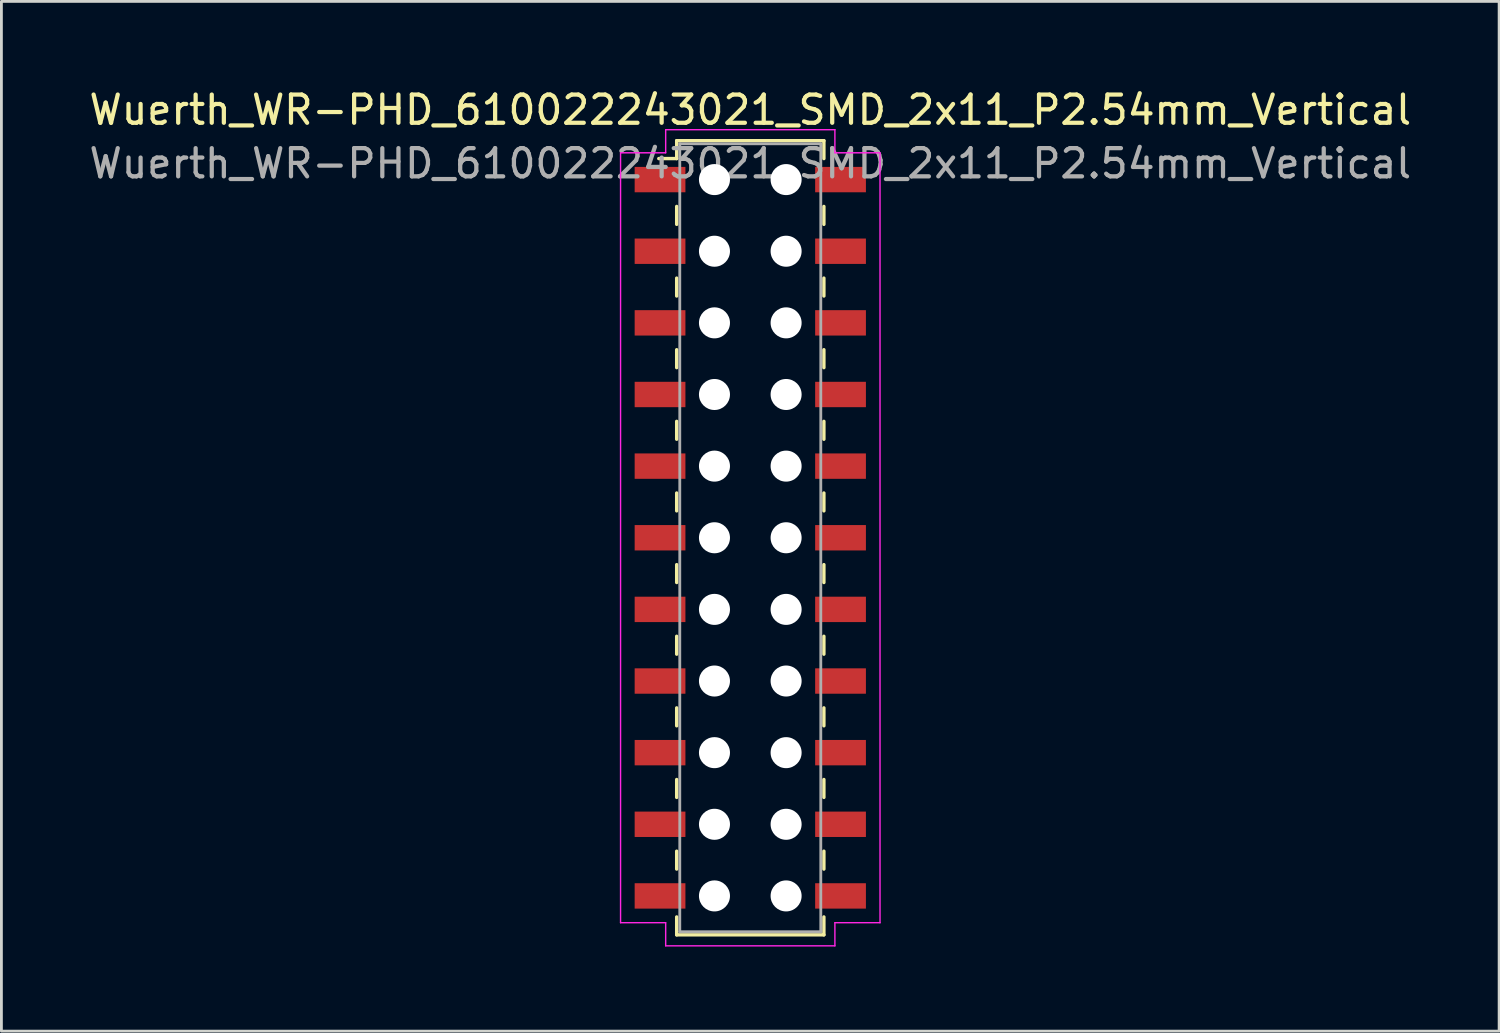
<source format=kicad_pcb>
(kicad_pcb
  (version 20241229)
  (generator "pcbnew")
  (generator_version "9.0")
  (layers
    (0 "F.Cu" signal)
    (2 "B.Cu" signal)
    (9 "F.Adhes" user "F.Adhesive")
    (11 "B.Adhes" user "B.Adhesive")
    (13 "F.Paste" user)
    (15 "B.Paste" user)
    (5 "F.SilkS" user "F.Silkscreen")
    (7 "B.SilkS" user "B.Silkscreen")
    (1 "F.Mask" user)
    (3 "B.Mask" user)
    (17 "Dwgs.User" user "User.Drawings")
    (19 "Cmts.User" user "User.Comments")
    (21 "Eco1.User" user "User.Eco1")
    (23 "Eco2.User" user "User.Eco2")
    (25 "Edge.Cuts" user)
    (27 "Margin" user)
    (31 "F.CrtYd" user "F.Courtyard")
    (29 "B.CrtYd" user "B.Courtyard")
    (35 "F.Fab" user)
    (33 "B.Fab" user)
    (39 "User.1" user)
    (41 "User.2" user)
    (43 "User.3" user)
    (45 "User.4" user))
  (footprint "Wuerth_WR-PHD_610022243021_SMD_2x11_P2.54mm_Vertical"
    (layer "F.Cu")
    (at 23.554 16.018)
    (property "Reference" "Wuerth_WR-PHD_610022243021_SMD_2x11_P2.54mm_Vertical" (at 0 -15.17 0) (layer "F.SilkS") (effects (font (size 1 1) (thickness 0.15))))
    (attr smd)
    (fp_line (start -2.61 -14.08) (end -2.61 -13.445) (stroke (width 0.12) (type solid)) (layer "F.SilkS"))
    (fp_line (start -2.61 -14.08) (end 2.61 -14.08) (stroke (width 0.12) (type solid)) (layer "F.SilkS"))
    (fp_line (start -2.61 -13.445) (end -3.245 -13.445) (stroke (width 0.12) (type solid)) (layer "F.SilkS"))
    (fp_line (start -2.61 -11.748) (end -2.61 -11.113) (stroke (width 0.12) (type solid)) (layer "F.SilkS"))
    (fp_line (start -2.61 -9.207) (end -2.61 -8.572) (stroke (width 0.12) (type solid)) (layer "F.SilkS"))
    (fp_line (start -2.61 -6.668) (end -2.61 -6.032) (stroke (width 0.12) (type solid)) (layer "F.SilkS"))
    (fp_line (start -2.61 -4.128) (end -2.61 -3.493) (stroke (width 0.12) (type solid)) (layer "F.SilkS"))
    (fp_line (start -2.61 -1.587) (end -2.61 -0.953) (stroke (width 0.12) (type solid)) (layer "F.SilkS"))
    (fp_line (start -2.61 0.953) (end -2.61 1.587) (stroke (width 0.12) (type solid)) (layer "F.SilkS"))
    (fp_line (start -2.61 3.493) (end -2.61 4.128) (stroke (width 0.12) (type solid)) (layer "F.SilkS"))
    (fp_line (start -2.61 6.032) (end -2.61 6.668) (stroke (width 0.12) (type solid)) (layer "F.SilkS"))
    (fp_line (start -2.61 8.572) (end -2.61 9.207) (stroke (width 0.12) (type solid)) (layer "F.SilkS"))
    (fp_line (start -2.61 11.113) (end -2.61 11.748) (stroke (width 0.12) (type solid)) (layer "F.SilkS"))
    (fp_line (start -2.61 14.08) (end -2.61 13.445) (stroke (width 0.12) (type solid)) (layer "F.SilkS"))
    (fp_line (start -2.61 14.08) (end 2.61 14.08) (stroke (width 0.12) (type solid)) (layer "F.SilkS"))
    (fp_line (start 2.61 -14.08) (end 2.61 -13.445) (stroke (width 0.12) (type solid)) (layer "F.SilkS"))
    (fp_line (start 2.61 -11.748) (end 2.61 -11.113) (stroke (width 0.12) (type solid)) (layer "F.SilkS"))
    (fp_line (start 2.61 -9.207) (end 2.61 -8.572) (stroke (width 0.12) (type solid)) (layer "F.SilkS"))
    (fp_line (start 2.61 -6.668) (end 2.61 -6.032) (stroke (width 0.12) (type solid)) (layer "F.SilkS"))
    (fp_line (start 2.61 -4.128) (end 2.61 -3.493) (stroke (width 0.12) (type solid)) (layer "F.SilkS"))
    (fp_line (start 2.61 -1.587) (end 2.61 -0.953) (stroke (width 0.12) (type solid)) (layer "F.SilkS"))
    (fp_line (start 2.61 0.953) (end 2.61 1.587) (stroke (width 0.12) (type solid)) (layer "F.SilkS"))
    (fp_line (start 2.61 3.493) (end 2.61 4.128) (stroke (width 0.12) (type solid)) (layer "F.SilkS"))
    (fp_line (start 2.61 6.032) (end 2.61 6.668) (stroke (width 0.12) (type solid)) (layer "F.SilkS"))
    (fp_line (start 2.61 8.572) (end 2.61 9.207) (stroke (width 0.12) (type solid)) (layer "F.SilkS"))
    (fp_line (start 2.61 11.113) (end 2.61 11.748) (stroke (width 0.12) (type solid)) (layer "F.SilkS"))
    (fp_line (start 2.61 14.08) (end 2.61 13.445) (stroke (width 0.12) (type solid)) (layer "F.SilkS"))
    (fp_line (start -4.6 -13.65) (end -3 -13.65) (stroke (width 0.05) (type solid)) (layer "F.CrtYd"))
    (fp_line (start -4.6 13.65) (end -4.6 -13.65) (stroke (width 0.05) (type solid)) (layer "F.CrtYd"))
    (fp_line (start -3 -14.47) (end 3 -14.47) (stroke (width 0.05) (type solid)) (layer "F.CrtYd"))
    (fp_line (start -3 -13.65) (end -3 -14.47) (stroke (width 0.05) (type solid)) (layer "F.CrtYd"))
    (fp_line (start -3 13.65) (end -4.6 13.65) (stroke (width 0.05) (type solid)) (layer "F.CrtYd"))
    (fp_line (start -3 14.47) (end -3 13.65) (stroke (width 0.05) (type solid)) (layer "F.CrtYd"))
    (fp_line (start 3 -14.47) (end 3 -13.65) (stroke (width 0.05) (type solid)) (layer "F.CrtYd"))
    (fp_line (start 3 -13.65) (end 4.6 -13.65) (stroke (width 0.05) (type solid)) (layer "F.CrtYd"))
    (fp_line (start 3 13.65) (end 3 14.47) (stroke (width 0.05) (type solid)) (layer "F.CrtYd"))
    (fp_line (start 3 14.47) (end -3 14.47) (stroke (width 0.05) (type solid)) (layer "F.CrtYd"))
    (fp_line (start 4.6 -13.65) (end 4.6 13.65) (stroke (width 0.05) (type solid)) (layer "F.CrtYd"))
    (fp_line (start 4.6 13.65) (end 3 13.65) (stroke (width 0.05) (type solid)) (layer "F.CrtYd"))
    (fp_line (start -2.5 -13.97) (end -2.5 13.97) (stroke (width 0.1) (type solid)) (layer "F.Fab"))
    (fp_line (start -2.5 13.97) (end 2.5 13.97) (stroke (width 0.1) (type solid)) (layer "F.Fab"))
    (fp_line (start 2.5 -13.97) (end -2.5 -13.97) (stroke (width 0.1) (type solid)) (layer "F.Fab"))
    (fp_line (start 2.5 13.97) (end 2.5 -13.97) (stroke (width 0.1) (type solid)) (layer "F.Fab"))
    (fp_text user "${REFERENCE}" (at 0 -13.27 0) (layer "F.Fab") (effects (font (size 1 1) (thickness 0.15))))
    (pad "" np_thru_hole circle (at -1.27 -12.7) (size 1.1 1.1) (drill 1.1) (layers "*.Cu" "*.Mask"))
    (pad "" np_thru_hole circle (at -1.27 -10.16) (size 1.1 1.1) (drill 1.1) (layers "*.Cu" "*.Mask"))
    (pad "" np_thru_hole circle (at -1.27 -7.62) (size 1.1 1.1) (drill 1.1) (layers "*.Cu" "*.Mask"))
    (pad "" np_thru_hole circle (at -1.27 -5.08) (size 1.1 1.1) (drill 1.1) (layers "*.Cu" "*.Mask"))
    (pad "" np_thru_hole circle (at -1.27 -2.54) (size 1.1 1.1) (drill 1.1) (layers "*.Cu" "*.Mask"))
    (pad "" np_thru_hole circle (at -1.27 0) (size 1.1 1.1) (drill 1.1) (layers "*.Cu" "*.Mask"))
    (pad "" np_thru_hole circle (at -1.27 2.54) (size 1.1 1.1) (drill 1.1) (layers "*.Cu" "*.Mask"))
    (pad "" np_thru_hole circle (at -1.27 5.08) (size 1.1 1.1) (drill 1.1) (layers "*.Cu" "*.Mask"))
    (pad "" np_thru_hole circle (at -1.27 7.62) (size 1.1 1.1) (drill 1.1) (layers "*.Cu" "*.Mask"))
    (pad "" np_thru_hole circle (at -1.27 10.16) (size 1.1 1.1) (drill 1.1) (layers "*.Cu" "*.Mask"))
    (pad "" np_thru_hole circle (at -1.27 12.7) (size 1.1 1.1) (drill 1.1) (layers "*.Cu" "*.Mask"))
    (pad "" np_thru_hole circle (at 1.27 -12.7) (size 1.1 1.1) (drill 1.1) (layers "*.Cu" "*.Mask"))
    (pad "" np_thru_hole circle (at 1.27 -10.16) (size 1.1 1.1) (drill 1.1) (layers "*.Cu" "*.Mask"))
    (pad "" np_thru_hole circle (at 1.27 -7.62) (size 1.1 1.1) (drill 1.1) (layers "*.Cu" "*.Mask"))
    (pad "" np_thru_hole circle (at 1.27 -5.08) (size 1.1 1.1) (drill 1.1) (layers "*.Cu" "*.Mask"))
    (pad "" np_thru_hole circle (at 1.27 -2.54) (size 1.1 1.1) (drill 1.1) (layers "*.Cu" "*.Mask"))
    (pad "" np_thru_hole circle (at 1.27 0) (size 1.1 1.1) (drill 1.1) (layers "*.Cu" "*.Mask"))
    (pad "" np_thru_hole circle (at 1.27 2.54) (size 1.1 1.1) (drill 1.1) (layers "*.Cu" "*.Mask"))
    (pad "" np_thru_hole circle (at 1.27 5.08) (size 1.1 1.1) (drill 1.1) (layers "*.Cu" "*.Mask"))
    (pad "" np_thru_hole circle (at 1.27 7.62) (size 1.1 1.1) (drill 1.1) (layers "*.Cu" "*.Mask"))
    (pad "" np_thru_hole circle (at 1.27 10.16) (size 1.1 1.1) (drill 1.1) (layers "*.Cu" "*.Mask"))
    (pad "" np_thru_hole circle (at 1.27 12.7) (size 1.1 1.1) (drill 1.1) (layers "*.Cu" "*.Mask"))
    (pad "1" smd rect (at -3.2 -12.7) (size 1.8 0.9) (layers "F.Cu" "F.Mask" "F.Paste"))
    (pad "2" smd rect (at 3.2 -12.7) (size 1.8 0.9) (layers "F.Cu" "F.Mask" "F.Paste"))
    (pad "3" smd rect (at -3.2 -10.16) (size 1.8 0.9) (layers "F.Cu" "F.Mask" "F.Paste"))
    (pad "4" smd rect (at 3.2 -10.16) (size 1.8 0.9) (layers "F.Cu" "F.Mask" "F.Paste"))
    (pad "5" smd rect (at -3.2 -7.62) (size 1.8 0.9) (layers "F.Cu" "F.Mask" "F.Paste"))
    (pad "6" smd rect (at 3.2 -7.62) (size 1.8 0.9) (layers "F.Cu" "F.Mask" "F.Paste"))
    (pad "7" smd rect (at -3.2 -5.08) (size 1.8 0.9) (layers "F.Cu" "F.Mask" "F.Paste"))
    (pad "8" smd rect (at 3.2 -5.08) (size 1.8 0.9) (layers "F.Cu" "F.Mask" "F.Paste"))
    (pad "9" smd rect (at -3.2 -2.54) (size 1.8 0.9) (layers "F.Cu" "F.Mask" "F.Paste"))
    (pad "10" smd rect (at 3.2 -2.54) (size 1.8 0.9) (layers "F.Cu" "F.Mask" "F.Paste"))
    (pad "11" smd rect (at -3.2 0) (size 1.8 0.9) (layers "F.Cu" "F.Mask" "F.Paste"))
    (pad "12" smd rect (at 3.2 0) (size 1.8 0.9) (layers "F.Cu" "F.Mask" "F.Paste"))
    (pad "13" smd rect (at -3.2 2.54) (size 1.8 0.9) (layers "F.Cu" "F.Mask" "F.Paste"))
    (pad "14" smd rect (at 3.2 2.54) (size 1.8 0.9) (layers "F.Cu" "F.Mask" "F.Paste"))
    (pad "15" smd rect (at -3.2 5.08) (size 1.8 0.9) (layers "F.Cu" "F.Mask" "F.Paste"))
    (pad "16" smd rect (at 3.2 5.08) (size 1.8 0.9) (layers "F.Cu" "F.Mask" "F.Paste"))
    (pad "17" smd rect (at -3.2 7.62) (size 1.8 0.9) (layers "F.Cu" "F.Mask" "F.Paste"))
    (pad "18" smd rect (at 3.2 7.62) (size 1.8 0.9) (layers "F.Cu" "F.Mask" "F.Paste"))
    (pad "19" smd rect (at -3.2 10.16) (size 1.8 0.9) (layers "F.Cu" "F.Mask" "F.Paste"))
    (pad "20" smd rect (at 3.2 10.16) (size 1.8 0.9) (layers "F.Cu" "F.Mask" "F.Paste"))
    (pad "21" smd rect (at -3.2 12.7) (size 1.8 0.9) (layers "F.Cu" "F.Mask" "F.Paste"))
    (pad "22" smd rect (at 3.2 12.7) (size 1.8 0.9) (layers "F.Cu" "F.Mask" "F.Paste")))
  (gr_rect
    (start -3 -3)
    (end 50.107 33.513)
    (stroke (width 0.1) (type default))
    (fill no)
    (layer "Edge.Cuts")))
</source>
